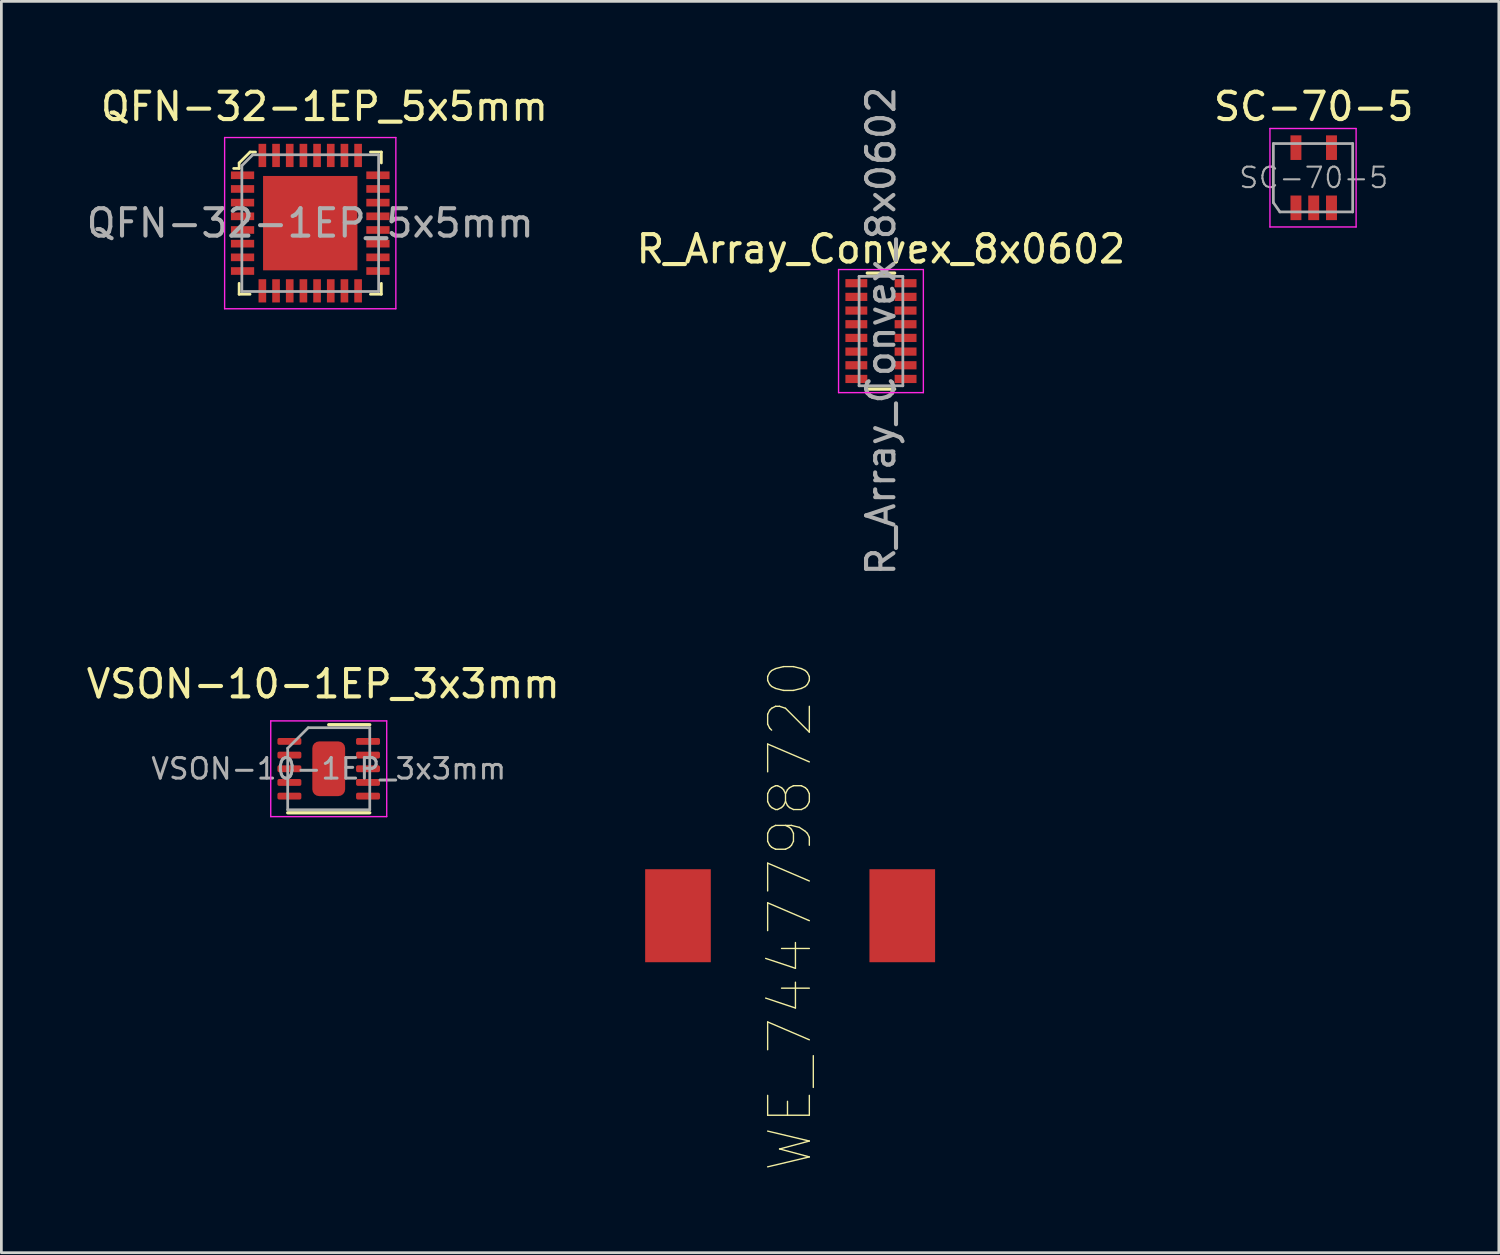
<source format=kicad_pcb>
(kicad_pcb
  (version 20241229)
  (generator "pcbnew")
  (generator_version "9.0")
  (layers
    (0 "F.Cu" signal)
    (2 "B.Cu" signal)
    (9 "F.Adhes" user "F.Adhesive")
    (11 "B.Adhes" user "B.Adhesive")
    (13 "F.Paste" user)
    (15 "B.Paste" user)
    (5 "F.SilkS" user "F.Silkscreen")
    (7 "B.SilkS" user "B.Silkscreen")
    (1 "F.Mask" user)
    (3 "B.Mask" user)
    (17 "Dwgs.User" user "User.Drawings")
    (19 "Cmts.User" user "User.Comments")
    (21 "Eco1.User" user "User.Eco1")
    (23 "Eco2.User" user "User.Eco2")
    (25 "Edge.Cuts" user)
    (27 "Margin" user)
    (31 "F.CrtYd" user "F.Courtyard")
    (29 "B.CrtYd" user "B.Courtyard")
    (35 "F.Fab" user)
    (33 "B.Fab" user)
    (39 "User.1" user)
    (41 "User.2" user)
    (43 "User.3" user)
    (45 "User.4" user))
  (footprint "QFN-32-1EP_5x5mm"
    (layer "F.Cu")
    (at 8.812 5.558)
    (property "Reference" "QFN-32-1EP_5x5mm" (at 0 -4.71 0) (layer "F.SilkS") (effects (font (size 1 1) (thickness 0.15))))
    (attr smd)
    (fp_line (start -3.12 -2.65) (end -3.12 -2.45) (stroke (width 0.1) (type solid)) (layer "F.SilkS"))
    (fp_line (start -3.12 -2.45) (end -3.32 -2.45) (stroke (width 0.1) (type solid)) (layer "F.SilkS"))
    (fp_line (start -3.12 2.15) (end -3.12 1.75) (stroke (width 0.1) (type solid)) (layer "F.SilkS"))
    (fp_line (start -2.72 -3.05) (end -3.12 -2.65) (stroke (width 0.1) (type solid)) (layer "F.SilkS"))
    (fp_line (start -2.72 2.15) (end -3.12 2.15) (stroke (width 0.1) (type solid)) (layer "F.SilkS"))
    (fp_line (start -2.52 -3.05) (end -2.72 -3.05) (stroke (width 0.1) (type solid)) (layer "F.SilkS"))
    (fp_line (start 2.08 -3.05) (end 1.68 -3.05) (stroke (width 0.1) (type solid)) (layer "F.SilkS"))
    (fp_line (start 2.08 -3.05) (end 2.08 -2.65) (stroke (width 0.1) (type solid)) (layer "F.SilkS"))
    (fp_line (start 2.08 1.75) (end 2.08 2.15) (stroke (width 0.1) (type solid)) (layer "F.SilkS"))
    (fp_line (start 2.08 2.15) (end 1.68 2.15) (stroke (width 0.1) (type solid)) (layer "F.SilkS"))
    (fp_line (start -3.65 2.68) (end -3.65 -3.58) (stroke (width 0.05) (type solid)) (layer "F.CrtYd"))
    (fp_line (start 2.61 -3.58) (end -3.65 -3.58) (stroke (width 0.05) (type solid)) (layer "F.CrtYd"))
    (fp_line (start 2.61 -3.58) (end 2.61 2.68) (stroke (width 0.05) (type solid)) (layer "F.CrtYd"))
    (fp_line (start 2.61 2.68) (end -3.65 2.68) (stroke (width 0.05) (type solid)) (layer "F.CrtYd"))
    (fp_line (start -3.02 -2.55) (end -3.02 2.05) (stroke (width 0.1) (type solid)) (layer "F.Fab"))
    (fp_line (start -2.62 -2.95) (end -3.02 -2.55) (stroke (width 0.1) (type solid)) (layer "F.Fab"))
    (fp_line (start -2.62 -2.95) (end 1.98 -2.95) (stroke (width 0.1) (type solid)) (layer "F.Fab"))
    (fp_line (start 1.98 -2.95) (end 1.98 2.05) (stroke (width 0.1) (type solid)) (layer "F.Fab"))
    (fp_line (start 1.98 2.05) (end -3.02 2.05) (stroke (width 0.1) (type solid)) (layer "F.Fab"))
    (fp_text user "${REFERENCE}" (at -0.52 -0.45 0) (layer "F.Fab") (effects (font (size 1 1) (thickness 0.15))))
    (pad "1" smd rect (at -2.995 -2.2 270) (size 0.28 0.85) (layers "F.Cu" "F.Mask" "F.Paste"))
    (pad "2" smd rect (at -2.995 -1.7 270) (size 0.28 0.85) (layers "F.Cu" "F.Mask" "F.Paste"))
    (pad "3" smd rect (at -2.995 -1.2 270) (size 0.28 0.85) (layers "F.Cu" "F.Mask" "F.Paste"))
    (pad "4" smd rect (at -2.995 -0.7 270) (size 0.28 0.85) (layers "F.Cu" "F.Mask" "F.Paste"))
    (pad "5" smd rect (at -2.995 -0.2 270) (size 0.28 0.85) (layers "F.Cu" "F.Mask" "F.Paste"))
    (pad "6" smd rect (at -2.995 0.3 270) (size 0.28 0.85) (layers "F.Cu" "F.Mask" "F.Paste"))
    (pad "7" smd rect (at -2.995 0.8 270) (size 0.28 0.85) (layers "F.Cu" "F.Mask" "F.Paste"))
    (pad "8" smd rect (at -2.995 1.3 270) (size 0.28 0.85) (layers "F.Cu" "F.Mask" "F.Paste"))
    (pad "9" smd rect (at -2.27 2.025 270) (size 0.85 0.28) (layers "F.Cu" "F.Mask" "F.Paste"))
    (pad "10" smd rect (at -1.77 2.025 270) (size 0.85 0.28) (layers "F.Cu" "F.Mask" "F.Paste"))
    (pad "11" smd rect (at -1.27 2.025 270) (size 0.85 0.28) (layers "F.Cu" "F.Mask" "F.Paste"))
    (pad "12" smd rect (at -0.77 2.025 270) (size 0.85 0.28) (layers "F.Cu" "F.Mask" "F.Paste"))
    (pad "13" smd rect (at -0.27 2.025 270) (size 0.85 0.28) (layers "F.Cu" "F.Mask" "F.Paste"))
    (pad "14" smd rect (at 0.23 2.025 270) (size 0.85 0.28) (layers "F.Cu" "F.Mask" "F.Paste"))
    (pad "15" smd rect (at 0.73 2.025 270) (size 0.85 0.28) (layers "F.Cu" "F.Mask" "F.Paste"))
    (pad "16" smd rect (at 1.23 2.025 270) (size 0.85 0.28) (layers "F.Cu" "F.Mask" "F.Paste"))
    (pad "17" smd rect (at 1.955 1.3 270) (size 0.28 0.85) (layers "F.Cu" "F.Mask" "F.Paste"))
    (pad "18" smd rect (at 1.955 0.8 270) (size 0.28 0.85) (layers "F.Cu" "F.Mask" "F.Paste"))
    (pad "19" smd rect (at 1.955 0.3 270) (size 0.28 0.85) (layers "F.Cu" "F.Mask" "F.Paste"))
    (pad "20" smd rect (at 1.955 -0.2 270) (size 0.28 0.85) (layers "F.Cu" "F.Mask" "F.Paste"))
    (pad "21" smd rect (at 1.955 -0.7 270) (size 0.28 0.85) (layers "F.Cu" "F.Mask" "F.Paste"))
    (pad "22" smd rect (at 1.955 -1.2 270) (size 0.28 0.85) (layers "F.Cu" "F.Mask" "F.Paste"))
    (pad "23" smd rect (at 1.955 -1.7 270) (size 0.28 0.85) (layers "F.Cu" "F.Mask" "F.Paste"))
    (pad "24" smd rect (at 1.955 -2.2 270) (size 0.28 0.85) (layers "F.Cu" "F.Mask" "F.Paste"))
    (pad "25" smd rect (at 1.23 -2.925 270) (size 0.85 0.28) (layers "F.Cu" "F.Mask" "F.Paste"))
    (pad "26" smd rect (at 0.73 -2.925 270) (size 0.85 0.28) (layers "F.Cu" "F.Mask" "F.Paste"))
    (pad "27" smd rect (at 0.23 -2.925 270) (size 0.85 0.28) (layers "F.Cu" "F.Mask" "F.Paste"))
    (pad "28" smd rect (at -0.27 -2.925 270) (size 0.85 0.28) (layers "F.Cu" "F.Mask" "F.Paste"))
    (pad "29" smd rect (at -0.77 -2.925 270) (size 0.85 0.28) (layers "F.Cu" "F.Mask" "F.Paste"))
    (pad "30" smd rect (at -1.27 -2.925 270) (size 0.85 0.28) (layers "F.Cu" "F.Mask" "F.Paste"))
    (pad "31" smd rect (at -1.77 -2.925 270) (size 0.85 0.28) (layers "F.Cu" "F.Mask" "F.Paste"))
    (pad "32" smd rect (at -2.27 -2.925 270) (size 0.85 0.28) (layers "F.Cu" "F.Mask" "F.Paste"))
    (pad "33" smd rect (at -0.52 -0.45 270) (size 3.45 3.45) (layers "F.Cu" "F.Mask" "F.Paste")))
  (footprint "SC-70-5"
    (layer "F.Cu")
    (at 44.978 3.448)
    (property "Reference" "SC-70-5" (at 0 -2.6 0) (layer "F.SilkS") (effects (font (size 1 1) (thickness 0.15))))
    (attr smd)
    (fp_line (start -1.6 1.8) (end -1.6 -1.8) (stroke (width 0.05) (type solid)) (layer "F.CrtYd"))
    (fp_line (start -1.6 1.8) (end 1.55 1.8) (stroke (width 0.05) (type solid)) (layer "F.CrtYd"))
    (fp_line (start 1.55 -1.8) (end -1.6 -1.8) (stroke (width 0.05) (type solid)) (layer "F.CrtYd"))
    (fp_line (start 1.55 -1.8) (end 1.55 1.8) (stroke (width 0.05) (type solid)) (layer "F.CrtYd"))
    (fp_line (start -1.475 -1.25) (end 1.425 -1.25) (stroke (width 0.1) (type solid)) (layer "F.Fab"))
    (fp_line (start -1.475 0.91) (end -1.475 -1.25) (stroke (width 0.1) (type solid)) (layer "F.Fab"))
    (fp_line (start -1.475 0.91) (end -1.235 1.25) (stroke (width 0.1) (type solid)) (layer "F.Fab"))
    (fp_line (start -1.235 1.25) (end 1.425 1.25) (stroke (width 0.1) (type solid)) (layer "F.Fab"))
    (fp_line (start 1.425 -1.25) (end 1.425 1.25) (stroke (width 0.1) (type solid)) (layer "F.Fab"))
    (fp_text user "${REFERENCE}" (at 0 0 0) (layer "F.Fab") (effects (font (size 0.75 0.75) (thickness 0.075))))
    (pad "1" smd rect (at -0.65 1.1) (size 0.4 0.9) (layers "F.Cu" "F.Mask" "F.Paste"))
    (pad "2" smd rect (at 0 1.1) (size 0.4 0.9) (layers "F.Cu" "F.Mask" "F.Paste"))
    (pad "3" smd rect (at 0.65 1.1) (size 0.4 0.9) (layers "F.Cu" "F.Mask" "F.Paste"))
    (pad "4" smd rect (at 0.65 -1.1) (size 0.4 0.9) (layers "F.Cu" "F.Mask" "F.Paste"))
    (pad "5" smd rect (at -0.65 -1.1) (size 0.4 0.9) (layers "F.Cu" "F.Mask" "F.Paste")))
  (footprint "WE_7447798720"
    (layer "F.Cu")
    (at 25.836 30.428)
    (property "Reference" "WE_7447798720" (at 0 0 90) (layer "F.SilkS") (effects (font (size 1.524 1.524) (thickness 0.05))))
    (attr smd)
    (pad "1" smd rect (at -4.1 0 90) (size 3.4 2.4) (layers "F.Cu" "F.Mask" "F.Paste"))
    (pad "2" smd rect (at 4.1 0 90) (size 3.4 2.4) (layers "F.Cu" "F.Mask" "F.Paste")))
  (footprint "VSON-10-1EP_3x3mm"
    (layer "F.Cu")
    (at 8.768 25.255)
    (property "Reference" "VSON-10-1EP_3x3mm" (at 0 -3.3 0) (layer "F.SilkS") (effects (font (size 1 1) (thickness 0.15))))
    (attr smd)
    (fp_line (start -1.3 1.41) (end 1.7 1.41) (stroke (width 0.12) (type solid)) (layer "F.SilkS"))
    (fp_line (start 0.2 -1.81) (end 1.7 -1.81) (stroke (width 0.12) (type solid)) (layer "F.SilkS"))
    (fp_line (start -1.92 -1.95) (end -1.92 1.55) (stroke (width 0.05) (type solid)) (layer "F.CrtYd"))
    (fp_line (start -1.92 1.55) (end 2.32 1.55) (stroke (width 0.05) (type solid)) (layer "F.CrtYd"))
    (fp_line (start 2.32 -1.95) (end -1.92 -1.95) (stroke (width 0.05) (type solid)) (layer "F.CrtYd"))
    (fp_line (start 2.32 1.55) (end 2.32 -1.95) (stroke (width 0.05) (type solid)) (layer "F.CrtYd"))
    (fp_line (start -1.3 -0.95) (end -0.55 -1.7) (stroke (width 0.1) (type solid)) (layer "F.Fab"))
    (fp_line (start -1.3 1.3) (end -1.3 -0.95) (stroke (width 0.1) (type solid)) (layer "F.Fab"))
    (fp_line (start -0.55 -1.7) (end 1.7 -1.7) (stroke (width 0.1) (type solid)) (layer "F.Fab"))
    (fp_line (start 1.7 -1.7) (end 1.7 1.3) (stroke (width 0.1) (type solid)) (layer "F.Fab"))
    (fp_line (start 1.7 1.3) (end -1.3 1.3) (stroke (width 0.1) (type solid)) (layer "F.Fab"))
    (fp_text user "${REFERENCE}" (at 0.2 -0.2 0) (layer "F.Fab") (effects (font (size 0.75 0.75) (thickness 0.11))))
    (pad "" smd roundrect (at -0.1 -0.7) (size 0.48 0.81) (layers "F.Paste") (roundrect_rratio 0.25))
    (pad "" smd roundrect (at -0.1 0.3) (size 0.48 0.81) (layers "F.Paste") (roundrect_rratio 0.25))
    (pad "" smd roundrect (at 0.5 -0.7) (size 0.48 0.81) (layers "F.Paste") (roundrect_rratio 0.25))
    (pad "" smd roundrect (at 0.5 0.3) (size 0.48 0.81) (layers "F.Paste") (roundrect_rratio 0.25))
    (pad "1" smd roundrect (at -1.238 -1.2) (size 0.875 0.25) (layers "F.Cu" "F.Mask" "F.Paste") (roundrect_rratio 0.25))
    (pad "2" smd roundrect (at -1.238 -0.7) (size 0.875 0.25) (layers "F.Cu" "F.Mask" "F.Paste") (roundrect_rratio 0.25))
    (pad "3" smd roundrect (at -1.238 -0.2) (size 0.875 0.25) (layers "F.Cu" "F.Mask" "F.Paste") (roundrect_rratio 0.25))
    (pad "4" smd roundrect (at -1.238 0.3) (size 0.875 0.25) (layers "F.Cu" "F.Mask" "F.Paste") (roundrect_rratio 0.25))
    (pad "5" smd roundrect (at -1.238 0.8) (size 0.875 0.25) (layers "F.Cu" "F.Mask" "F.Paste") (roundrect_rratio 0.25))
    (pad "6" smd roundrect (at 1.637 0.8) (size 0.875 0.25) (layers "F.Cu" "F.Mask" "F.Paste") (roundrect_rratio 0.25))
    (pad "7" smd roundrect (at 1.637 0.3) (size 0.875 0.25) (layers "F.Cu" "F.Mask" "F.Paste") (roundrect_rratio 0.25))
    (pad "8" smd roundrect (at 1.637 -0.2) (size 0.875 0.25) (layers "F.Cu" "F.Mask" "F.Paste") (roundrect_rratio 0.25))
    (pad "9" smd roundrect (at 1.637 -0.7) (size 0.875 0.25) (layers "F.Cu" "F.Mask" "F.Paste") (roundrect_rratio 0.25))
    (pad "10" smd roundrect (at 1.637 -1.2) (size 0.875 0.25) (layers "F.Cu" "F.Mask" "F.Paste") (roundrect_rratio 0.25))
    (pad "11" smd roundrect (at 0.2 -0.2) (size 1.2 2) (layers "F.Cu" "F.Mask") (roundrect_rratio 0.208)))
  (footprint "R_Array_Convex_8x0602"
    (layer "F.Cu")
    (at 29.157 9.054)
    (property "Reference" "R_Array_Convex_8x0602" (at 0 -3 0) (layer "F.SilkS") (effects (font (size 1 1) (thickness 0.15))))
    (attr smd)
    (fp_line (start 0.5 -2.12) (end -0.5 -2.12) (stroke (width 0.12) (type solid)) (layer "F.SilkS"))
    (fp_line (start 0.5 2.12) (end -0.5 2.12) (stroke (width 0.12) (type solid)) (layer "F.SilkS"))
    (fp_line (start -1.55 -2.25) (end -1.55 2.25) (stroke (width 0.05) (type solid)) (layer "F.CrtYd"))
    (fp_line (start -1.55 -2.25) (end 1.55 -2.25) (stroke (width 0.05) (type solid)) (layer "F.CrtYd"))
    (fp_line (start 1.55 2.25) (end -1.55 2.25) (stroke (width 0.05) (type solid)) (layer "F.CrtYd"))
    (fp_line (start 1.55 2.25) (end 1.55 -2.25) (stroke (width 0.05) (type solid)) (layer "F.CrtYd"))
    (fp_line (start -0.8 -2) (end -0.8 2) (stroke (width 0.1) (type solid)) (layer "F.Fab"))
    (fp_line (start -0.8 2) (end 0.8 2) (stroke (width 0.1) (type solid)) (layer "F.Fab"))
    (fp_line (start 0.8 -2) (end -0.8 -2) (stroke (width 0.1) (type solid)) (layer "F.Fab"))
    (fp_line (start 0.8 2) (end 0.8 -2) (stroke (width 0.1) (type solid)) (layer "F.Fab"))
    (fp_text user "${REFERENCE}" (at 0 0 90) (layer "F.Fab") (effects (font (size 1 1) (thickness 0.15))))
    (pad "1" smd rect (at -0.9 -1.75) (size 0.8 0.3) (layers "F.Cu" "F.Mask" "F.Paste"))
    (pad "2" smd rect (at -0.9 -1.25) (size 0.8 0.3) (layers "F.Cu" "F.Mask" "F.Paste"))
    (pad "3" smd rect (at -0.9 -0.75) (size 0.8 0.3) (layers "F.Cu" "F.Mask" "F.Paste"))
    (pad "4" smd rect (at -0.9 -0.25) (size 0.8 0.3) (layers "F.Cu" "F.Mask" "F.Paste"))
    (pad "5" smd rect (at -0.9 0.25) (size 0.8 0.3) (layers "F.Cu" "F.Mask" "F.Paste"))
    (pad "6" smd rect (at -0.9 0.75) (size 0.8 0.3) (layers "F.Cu" "F.Mask" "F.Paste"))
    (pad "7" smd rect (at -0.9 1.25) (size 0.8 0.3) (layers "F.Cu" "F.Mask" "F.Paste"))
    (pad "8" smd rect (at -0.9 1.75) (size 0.8 0.3) (layers "F.Cu" "F.Mask" "F.Paste"))
    (pad "9" smd rect (at 0.9 1.75) (size 0.8 0.3) (layers "F.Cu" "F.Mask" "F.Paste"))
    (pad "10" smd rect (at 0.9 1.25) (size 0.8 0.3) (layers "F.Cu" "F.Mask" "F.Paste"))
    (pad "11" smd rect (at 0.9 0.75) (size 0.8 0.3) (layers "F.Cu" "F.Mask" "F.Paste"))
    (pad "12" smd rect (at 0.9 0.25) (size 0.8 0.3) (layers "F.Cu" "F.Mask" "F.Paste"))
    (pad "13" smd rect (at 0.9 -0.25) (size 0.8 0.3) (layers "F.Cu" "F.Mask" "F.Paste"))
    (pad "14" smd rect (at 0.9 -0.75) (size 0.8 0.3) (layers "F.Cu" "F.Mask" "F.Paste"))
    (pad "15" smd rect (at 0.9 -1.25) (size 0.8 0.3) (layers "F.Cu" "F.Mask" "F.Paste"))
    (pad "16" smd rect (at 0.9 -1.75) (size 0.8 0.3) (layers "F.Cu" "F.Mask" "F.Paste")))
  (gr_rect
    (start -3 -3)
    (end 51.746 42.748)
    (stroke (width 0.1) (type default))
    (fill no)
    (layer "Edge.Cuts")))
</source>
